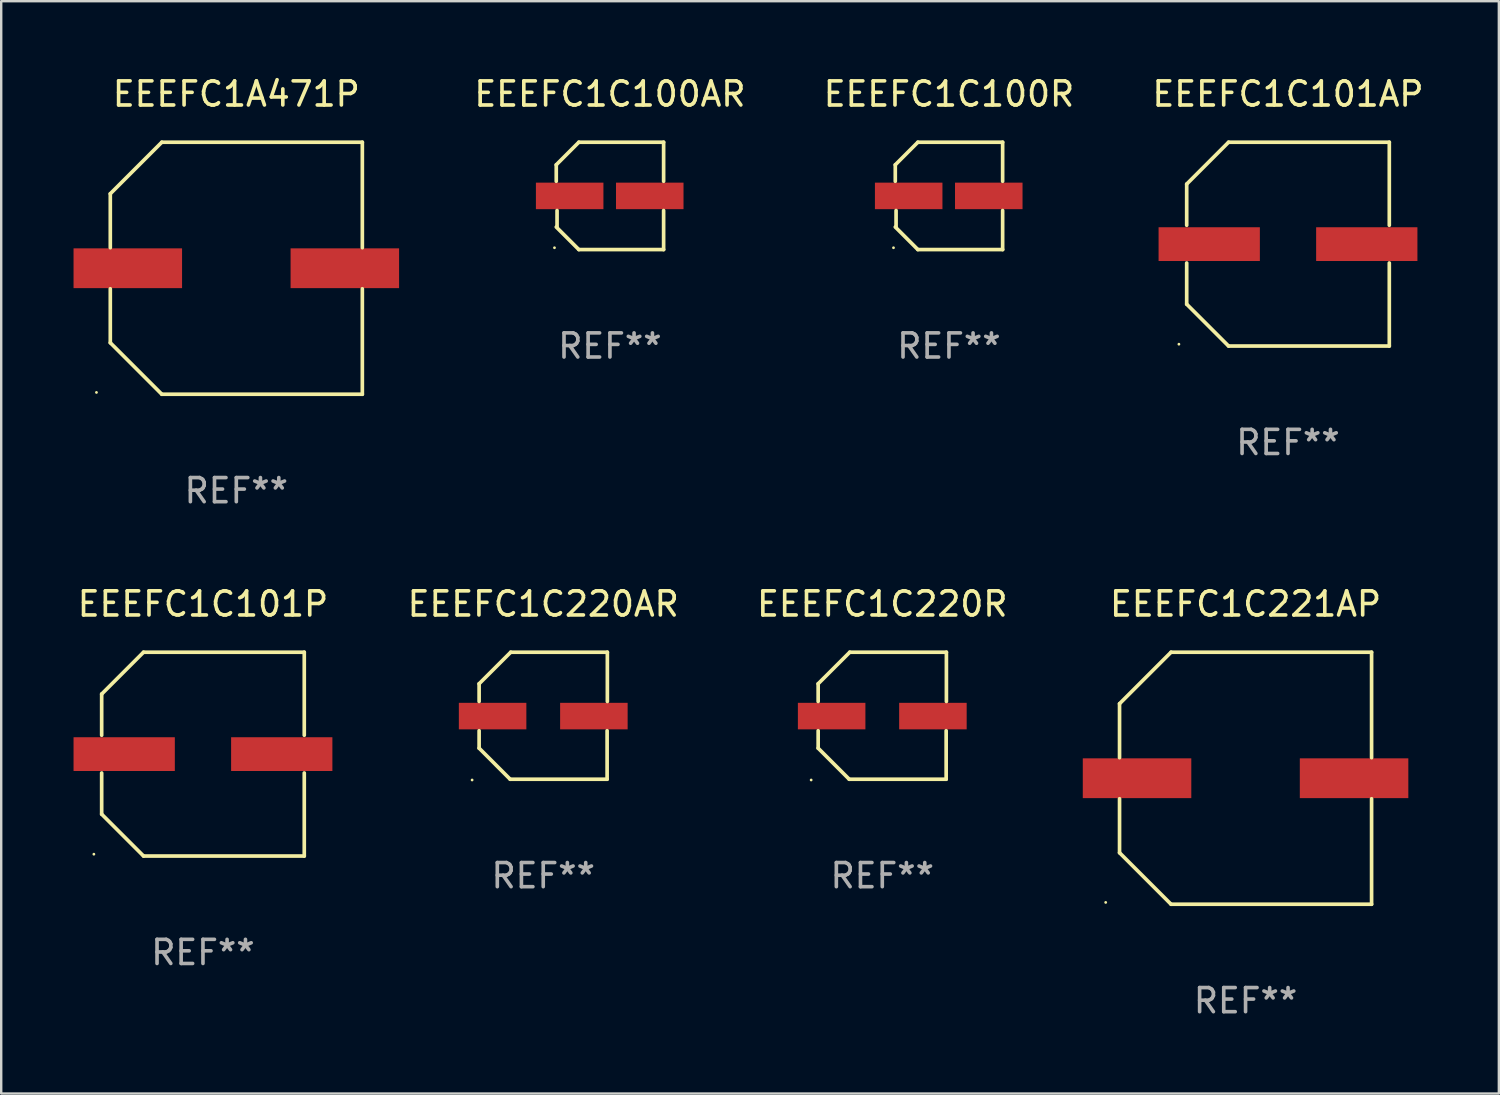
<source format=kicad_pcb>
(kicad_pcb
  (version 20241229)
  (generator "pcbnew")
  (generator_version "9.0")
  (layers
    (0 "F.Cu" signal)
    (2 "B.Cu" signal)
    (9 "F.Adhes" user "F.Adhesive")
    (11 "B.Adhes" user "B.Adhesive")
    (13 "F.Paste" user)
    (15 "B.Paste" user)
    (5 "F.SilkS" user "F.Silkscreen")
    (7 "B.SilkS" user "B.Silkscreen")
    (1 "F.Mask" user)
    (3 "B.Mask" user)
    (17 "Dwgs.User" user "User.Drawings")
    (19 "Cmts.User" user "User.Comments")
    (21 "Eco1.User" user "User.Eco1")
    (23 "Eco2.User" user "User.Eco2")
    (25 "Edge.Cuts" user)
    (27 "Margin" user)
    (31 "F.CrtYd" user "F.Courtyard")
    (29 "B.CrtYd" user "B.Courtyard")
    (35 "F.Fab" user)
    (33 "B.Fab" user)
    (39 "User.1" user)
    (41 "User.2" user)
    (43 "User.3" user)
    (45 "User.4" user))
  (footprint "EEEFC1C100R"
    (layer "F.Cu")
    (at 36.303 5.074)
    (property "Reference" "EEEFC1C100R" (at 0 -4.226 0) (layer "F.SilkS") (effects (font (size 1 1) (thickness 0.15))))
    (attr through_hole)
    (fp_line (start -2.226 -1.29) (end -2.226 -0.607) (stroke (width 0.152) (type solid)) (layer "F.SilkS"))
    (fp_line (start -2.193 1.29) (end -2.193 0.607) (stroke (width 0.152) (type solid)) (layer "F.SilkS"))
    (fp_line (start -1.29 2.226) (end -2.226 1.29) (stroke (width 0.152) (type solid)) (layer "F.SilkS"))
    (fp_line (start -1.29 -2.226) (end -2.226 -1.29) (stroke (width 0.152) (type solid)) (layer "F.SilkS"))
    (fp_line (start 2.226 -2.226) (end -1.29 -2.226) (stroke (width 0.152) (type solid)) (layer "F.SilkS"))
    (fp_line (start 2.226 -0.607) (end 2.226 -2.226) (stroke (width 0.152) (type solid)) (layer "F.SilkS"))
    (fp_line (start 2.226 0.607) (end 2.226 2.226) (stroke (width 0.152) (type solid)) (layer "F.SilkS"))
    (fp_line (start 2.226 2.226) (end -1.29 2.226) (stroke (width 0.152) (type solid)) (layer "F.SilkS"))
    (fp_circle (center -2.3 2.15) (end -2.27 2.15) (stroke (width 0.06) (type solid)) (fill no) (layer "F.SilkS"))
    (fp_text user "REF**" (at 0 6.226 0) (layer "F.Fab") (effects (font (size 1 1) (thickness 0.15))))
    (pad "1" smd rect (at -1.67 -0.000025) (size 2.8 1.1) (layers "F.Cu" "F.Mask" "F.Paste"))
    (pad "2" smd rect (at 1.651 -0.000025) (size 2.8 1.1) (layers "F.Cu" "F.Mask" "F.Paste")))
  (footprint "EEEFC1C220AR"
    (layer "F.Cu")
    (at 19.478 26.631)
    (property "Reference" "EEEFC1C220AR" (at 0 -4.634 0) (layer "F.SilkS") (effects (font (size 1 1) (thickness 0.15))))
    (attr through_hole)
    (fp_line (start -2.659 -1.326) (end -2.659 -0.592) (stroke (width 0.152) (type solid)) (layer "F.SilkS"))
    (fp_line (start -2.659 1.346) (end -2.659 0.622) (stroke (width 0.152) (type solid)) (layer "F.SilkS"))
    (fp_line (start -1.372 2.634) (end -2.659 1.346) (stroke (width 0.152) (type solid)) (layer "F.SilkS"))
    (fp_line (start -1.349 -2.634) (end -2.659 -1.326) (stroke (width 0.152) (type solid)) (layer "F.SilkS"))
    (fp_line (start 2.649 0.622) (end 2.649 2.634) (stroke (width 0.152) (type solid)) (layer "F.SilkS"))
    (fp_line (start 2.649 2.634) (end -1.372 2.634) (stroke (width 0.152) (type solid)) (layer "F.SilkS"))
    (fp_line (start 2.659 -2.634) (end -1.349 -2.634) (stroke (width 0.152) (type solid)) (layer "F.SilkS"))
    (fp_line (start 2.659 -0.592) (end 2.659 -2.634) (stroke (width 0.152) (type solid)) (layer "F.SilkS"))
    (fp_circle (center -2.95 2.665) (end -2.92 2.665) (stroke (width 0.06) (type solid)) (fill no) (layer "F.SilkS"))
    (fp_text user "REF**" (at 0 6.634 0) (layer "F.Fab") (effects (font (size 1 1) (thickness 0.15))))
    (pad "1" smd rect (at -2.1 0.015) (size 2.8 1.1) (layers "F.Cu" "F.Mask" "F.Paste"))
    (pad "2" smd rect (at 2.1 0.015) (size 2.8 1.1) (layers "F.Cu" "F.Mask" "F.Paste")))
  (footprint "EEEFC1C100AR"
    (layer "F.Cu")
    (at 22.244 5.074)
    (property "Reference" "EEEFC1C100AR" (at 0 -4.226 0) (layer "F.SilkS") (effects (font (size 1 1) (thickness 0.15))))
    (attr through_hole)
    (fp_line (start -2.226 -1.29) (end -2.226 -0.607) (stroke (width 0.152) (type solid)) (layer "F.SilkS"))
    (fp_line (start -2.193 1.29) (end -2.193 0.607) (stroke (width 0.152) (type solid)) (layer "F.SilkS"))
    (fp_line (start -1.29 2.226) (end -2.226 1.29) (stroke (width 0.152) (type solid)) (layer "F.SilkS"))
    (fp_line (start -1.29 -2.226) (end -2.226 -1.29) (stroke (width 0.152) (type solid)) (layer "F.SilkS"))
    (fp_line (start 2.226 -2.226) (end -1.29 -2.226) (stroke (width 0.152) (type solid)) (layer "F.SilkS"))
    (fp_line (start 2.226 -0.607) (end 2.226 -2.226) (stroke (width 0.152) (type solid)) (layer "F.SilkS"))
    (fp_line (start 2.226 0.607) (end 2.226 2.226) (stroke (width 0.152) (type solid)) (layer "F.SilkS"))
    (fp_line (start 2.226 2.226) (end -1.29 2.226) (stroke (width 0.152) (type solid)) (layer "F.SilkS"))
    (fp_circle (center -2.3 2.15) (end -2.27 2.15) (stroke (width 0.06) (type solid)) (fill no) (layer "F.SilkS"))
    (fp_text user "REF**" (at 0 6.226 0) (layer "F.Fab") (effects (font (size 1 1) (thickness 0.15))))
    (pad "1" smd rect (at -1.67 -0.000025) (size 2.8 1.1) (layers "F.Cu" "F.Mask" "F.Paste"))
    (pad "2" smd rect (at 1.651 -0.000025) (size 2.8 1.1) (layers "F.Cu" "F.Mask" "F.Paste")))
  (footprint "EEEFC1A471P"
    (layer "F.Cu")
    (at 6.75 8.074)
    (property "Reference" "EEEFC1A471P" (at 0 -7.226 0) (layer "F.SilkS") (effects (font (size 1 1) (thickness 0.15))))
    (attr through_hole)
    (fp_line (start -5.226 -3.09) (end -5.226 -0.852) (stroke (width 0.152) (type solid)) (layer "F.SilkS"))
    (fp_line (start -5.226 3.09) (end -5.226 0.852) (stroke (width 0.152) (type solid)) (layer "F.SilkS"))
    (fp_line (start -3.09 -5.226) (end -5.226 -3.09) (stroke (width 0.152) (type solid)) (layer "F.SilkS"))
    (fp_line (start -3.09 5.226) (end -5.226 3.09) (stroke (width 0.152) (type solid)) (layer "F.SilkS"))
    (fp_line (start 5.226 -5.226) (end -3.09 -5.226) (stroke (width 0.152) (type solid)) (layer "F.SilkS"))
    (fp_line (start 5.226 -0.852) (end 5.226 -5.226) (stroke (width 0.152) (type solid)) (layer "F.SilkS"))
    (fp_line (start 5.226 0.852) (end 5.226 5.226) (stroke (width 0.152) (type solid)) (layer "F.SilkS"))
    (fp_line (start 5.226 5.226) (end -3.09 5.226) (stroke (width 0.152) (type solid)) (layer "F.SilkS"))
    (fp_circle (center -5.8 5.15) (end -5.77 5.15) (stroke (width 0.06) (type solid)) (fill no) (layer "F.SilkS"))
    (fp_text user "REF**" (at 0 9.226 0) (layer "F.Fab") (effects (font (size 1 1) (thickness 0.15))))
    (pad "1" smd rect (at -4.5 0) (size 4.5 1.65) (layers "F.Cu" "F.Mask" "F.Paste"))
    (pad "2" smd rect (at 4.5 0) (size 4.5 1.65) (layers "F.Cu" "F.Mask" "F.Paste")))
  (footprint "EEEFC1C101P"
    (layer "F.Cu")
    (at 5.367 28.223)
    (property "Reference" "EEEFC1C101P" (at 0 -6.226 0) (layer "F.SilkS") (effects (font (size 1 1) (thickness 0.15))))
    (attr through_hole)
    (fp_line (start -4.201 -2.49) (end -4.201 -0.782) (stroke (width 0.152) (type solid)) (layer "F.SilkS"))
    (fp_line (start -4.201 2.49) (end -4.201 0.782) (stroke (width 0.152) (type solid)) (layer "F.SilkS"))
    (fp_line (start -2.465 -4.226) (end -4.201 -2.49) (stroke (width 0.152) (type solid)) (layer "F.SilkS"))
    (fp_line (start -2.465 4.226) (end -4.201 2.49) (stroke (width 0.152) (type solid)) (layer "F.SilkS"))
    (fp_line (start 4.201 -4.226) (end -2.465 -4.226) (stroke (width 0.152) (type solid)) (layer "F.SilkS"))
    (fp_line (start 4.201 -0.782) (end 4.201 -4.226) (stroke (width 0.152) (type solid)) (layer "F.SilkS"))
    (fp_line (start 4.201 0.782) (end 4.201 4.226) (stroke (width 0.152) (type solid)) (layer "F.SilkS"))
    (fp_line (start 4.201 4.226) (end -2.465 4.226) (stroke (width 0.152) (type solid)) (layer "F.SilkS"))
    (fp_circle (center -4.524 4.15) (end -4.494 4.15) (stroke (width 0.06) (type solid)) (fill no) (layer "F.SilkS"))
    (fp_text user "REF**" (at 0 8.226 0) (layer "F.Fab") (effects (font (size 1 1) (thickness 0.15))))
    (pad "1" smd rect (at -3.267 0) (size 4.2 1.4) (layers "F.Cu" "F.Mask" "F.Paste"))
    (pad "2" smd rect (at 3.267 0) (size 4.2 1.4) (layers "F.Cu" "F.Mask" "F.Paste")))
  (footprint "EEEFC1C220R"
    (layer "F.Cu")
    (at 33.538 26.631)
    (property "Reference" "EEEFC1C220R" (at 0 -4.634 0) (layer "F.SilkS") (effects (font (size 1 1) (thickness 0.15))))
    (attr through_hole)
    (fp_line (start -2.659 -1.326) (end -2.659 -0.592) (stroke (width 0.152) (type solid)) (layer "F.SilkS"))
    (fp_line (start -2.659 1.346) (end -2.659 0.622) (stroke (width 0.152) (type solid)) (layer "F.SilkS"))
    (fp_line (start -1.372 2.634) (end -2.659 1.346) (stroke (width 0.152) (type solid)) (layer "F.SilkS"))
    (fp_line (start -1.349 -2.634) (end -2.659 -1.326) (stroke (width 0.152) (type solid)) (layer "F.SilkS"))
    (fp_line (start 2.649 0.622) (end 2.649 2.634) (stroke (width 0.152) (type solid)) (layer "F.SilkS"))
    (fp_line (start 2.649 2.634) (end -1.372 2.634) (stroke (width 0.152) (type solid)) (layer "F.SilkS"))
    (fp_line (start 2.659 -2.634) (end -1.349 -2.634) (stroke (width 0.152) (type solid)) (layer "F.SilkS"))
    (fp_line (start 2.659 -0.592) (end 2.659 -2.634) (stroke (width 0.152) (type solid)) (layer "F.SilkS"))
    (fp_circle (center -2.95 2.665) (end -2.92 2.665) (stroke (width 0.06) (type solid)) (fill no) (layer "F.SilkS"))
    (fp_text user "REF**" (at 0 6.634 0) (layer "F.Fab") (effects (font (size 1 1) (thickness 0.15))))
    (pad "1" smd rect (at -2.1 0.015) (size 2.8 1.1) (layers "F.Cu" "F.Mask" "F.Paste"))
    (pad "2" smd rect (at 2.1 0.015) (size 2.8 1.1) (layers "F.Cu" "F.Mask" "F.Paste")))
  (footprint "EEEFC1C221AP"
    (layer "F.Cu")
    (at 48.603 29.223)
    (property "Reference" "EEEFC1C221AP" (at 0 -7.226 0) (layer "F.SilkS") (effects (font (size 1 1) (thickness 0.15))))
    (attr through_hole)
    (fp_line (start -5.226 -3.09) (end -5.226 -0.852) (stroke (width 0.152) (type solid)) (layer "F.SilkS"))
    (fp_line (start -5.226 3.09) (end -5.226 0.852) (stroke (width 0.152) (type solid)) (layer "F.SilkS"))
    (fp_line (start -3.09 -5.226) (end -5.226 -3.09) (stroke (width 0.152) (type solid)) (layer "F.SilkS"))
    (fp_line (start -3.09 5.226) (end -5.226 3.09) (stroke (width 0.152) (type solid)) (layer "F.SilkS"))
    (fp_line (start 5.226 -5.226) (end -3.09 -5.226) (stroke (width 0.152) (type solid)) (layer "F.SilkS"))
    (fp_line (start 5.226 -0.852) (end 5.226 -5.226) (stroke (width 0.152) (type solid)) (layer "F.SilkS"))
    (fp_line (start 5.226 0.852) (end 5.226 5.226) (stroke (width 0.152) (type solid)) (layer "F.SilkS"))
    (fp_line (start 5.226 5.226) (end -3.09 5.226) (stroke (width 0.152) (type solid)) (layer "F.SilkS"))
    (fp_circle (center -5.8 5.15) (end -5.77 5.15) (stroke (width 0.06) (type solid)) (fill no) (layer "F.SilkS"))
    (fp_text user "REF**" (at 0 9.226 0) (layer "F.Fab") (effects (font (size 1 1) (thickness 0.15))))
    (pad "1" smd rect (at -4.5 0) (size 4.5 1.65) (layers "F.Cu" "F.Mask" "F.Paste"))
    (pad "2" smd rect (at 4.5 0) (size 4.5 1.65) (layers "F.Cu" "F.Mask" "F.Paste")))
  (footprint "EEEFC1C101AP"
    (layer "F.Cu")
    (at 50.363 7.074)
    (property "Reference" "EEEFC1C101AP" (at 0 -6.226 0) (layer "F.SilkS") (effects (font (size 1 1) (thickness 0.15))))
    (attr through_hole)
    (fp_line (start -4.201 -2.49) (end -4.201 -0.782) (stroke (width 0.152) (type solid)) (layer "F.SilkS"))
    (fp_line (start -4.201 2.49) (end -4.201 0.782) (stroke (width 0.152) (type solid)) (layer "F.SilkS"))
    (fp_line (start -2.465 -4.226) (end -4.201 -2.49) (stroke (width 0.152) (type solid)) (layer "F.SilkS"))
    (fp_line (start -2.465 4.226) (end -4.201 2.49) (stroke (width 0.152) (type solid)) (layer "F.SilkS"))
    (fp_line (start 4.201 -4.226) (end -2.465 -4.226) (stroke (width 0.152) (type solid)) (layer "F.SilkS"))
    (fp_line (start 4.201 -0.782) (end 4.201 -4.226) (stroke (width 0.152) (type solid)) (layer "F.SilkS"))
    (fp_line (start 4.201 0.782) (end 4.201 4.226) (stroke (width 0.152) (type solid)) (layer "F.SilkS"))
    (fp_line (start 4.201 4.226) (end -2.465 4.226) (stroke (width 0.152) (type solid)) (layer "F.SilkS"))
    (fp_circle (center -4.524 4.15) (end -4.494 4.15) (stroke (width 0.06) (type solid)) (fill no) (layer "F.SilkS"))
    (fp_text user "REF**" (at 0 8.226 0) (layer "F.Fab") (effects (font (size 1 1) (thickness 0.15))))
    (pad "1" smd rect (at -3.267 0) (size 4.2 1.4) (layers "F.Cu" "F.Mask" "F.Paste"))
    (pad "2" smd rect (at 3.267 0) (size 4.2 1.4) (layers "F.Cu" "F.Mask" "F.Paste")))
  (gr_rect
    (start -3 -3)
    (end 59.107 42.298)
    (stroke (width 0.1) (type default))
    (fill no)
    (layer "Edge.Cuts")))
</source>
